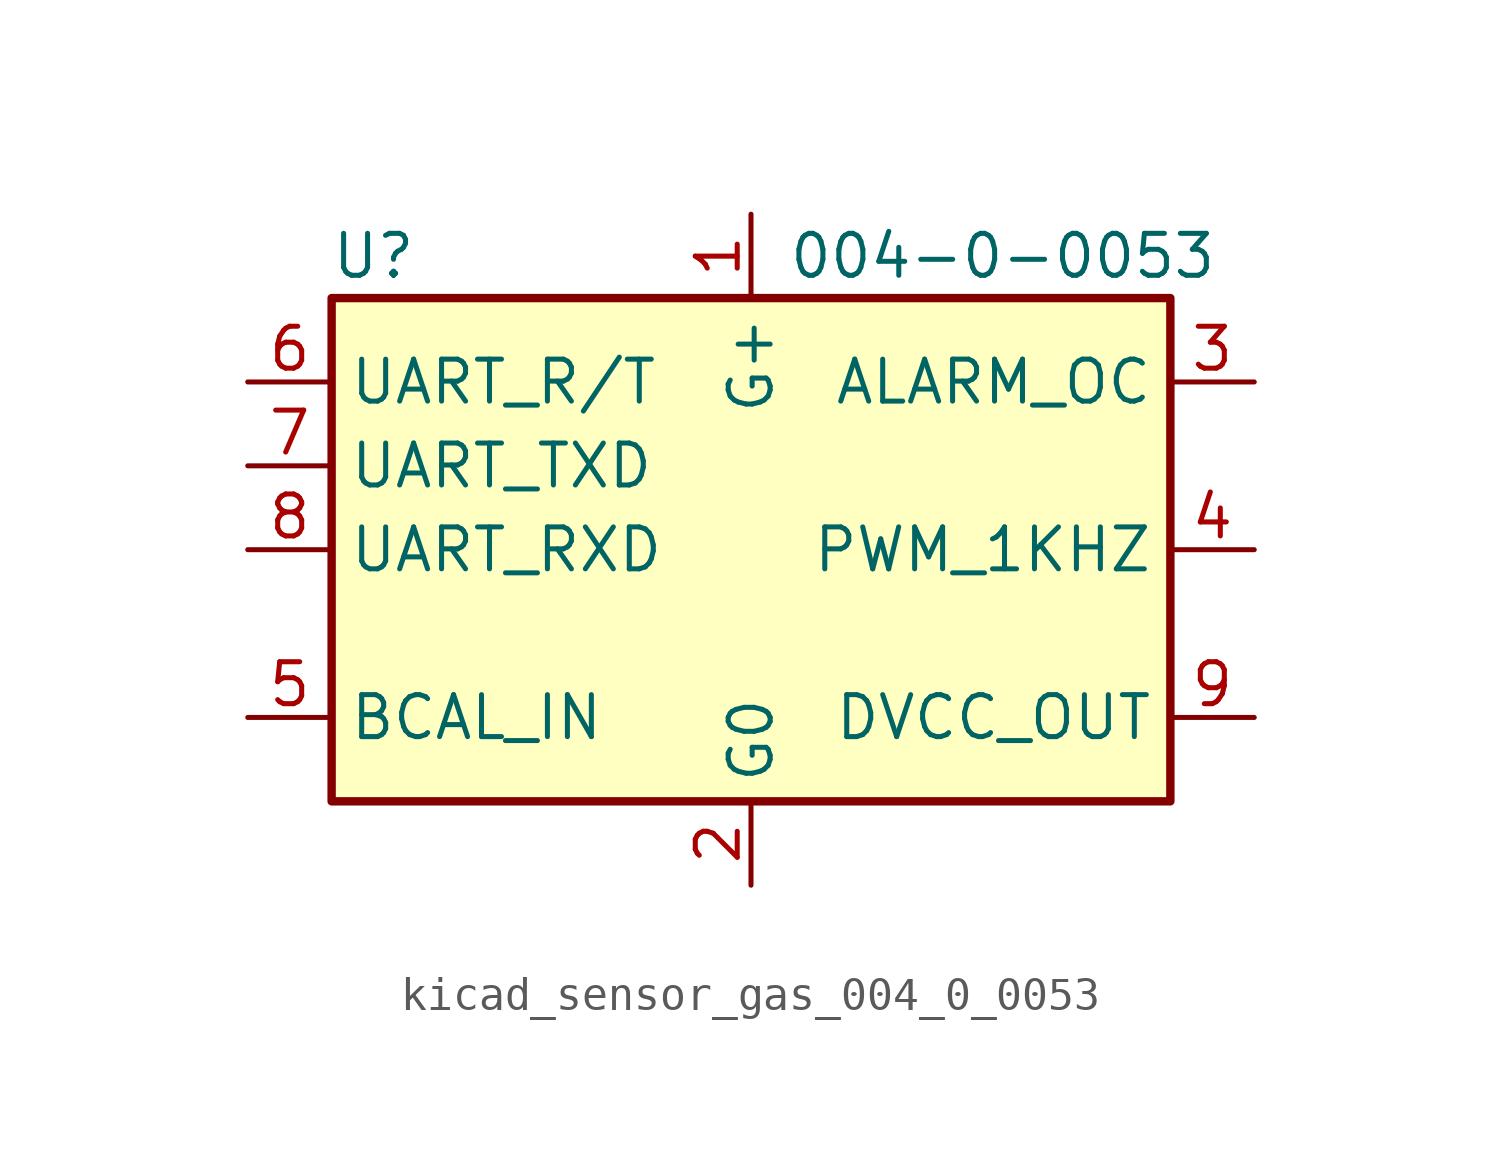
<source format=kicad_sym>
(kicad_symbol_lib
  (version 20220914)
  (generator kicad_symbol_editor)
  (symbol "kicad_sensor_gas_004_0_0053"
    (property "Reference" "U"
      (at -11.43 8.89 0)
      (effects (font (size 1.27 1.27))))
    (property "Value" "004-0-0053"
      (at 7.62 8.89 0)
      (effects (font (size 1.27 1.27))))
    (symbol "kicad_sensor_gas_004_0_0053_0_1"
      (rectangle (start -12.7 7.62) (end 12.7 -7.62) (stroke (width 0.254) (type default)) (fill (type background))))
    (symbol "kicad_sensor_gas_004_0_0053_1_1"
      (pin power_in line (at 0 10.16 270) (length 2.54) (name "G+" (effects (font (size 1.27 1.27)))) (number "1" (effects (font (size 1.27 1.27)))))
      (pin power_in line (at 0 -10.16 90) (length 2.54) (name "G0" (effects (font (size 1.27 1.27)))) (number "2" (effects (font (size 1.27 1.27)))))
      (pin open_collector line (at 15.24 5.08 180) (length 2.54) (name "ALARM_OC" (effects (font (size 1.27 1.27)))) (number "3" (effects (font (size 1.27 1.27)))))
      (pin output line (at 15.24 0 180) (length 2.54) (name "PWM_1KHZ" (effects (font (size 1.27 1.27)))) (number "4" (effects (font (size 1.27 1.27)))))
      (pin input line (at -15.24 -5.08 0) (length 2.54) (name "BCAL_IN" (effects (font (size 1.27 1.27)))) (number "5" (effects (font (size 1.27 1.27)))))
      (pin output line (at -15.24 5.08 0) (length 2.54) (name "UART_R/T" (effects (font (size 1.27 1.27)))) (number "6" (effects (font (size 1.27 1.27)))))
      (pin output line (at -15.24 2.54 0) (length 2.54) (name "UART_TXD" (effects (font (size 1.27 1.27)))) (number "7" (effects (font (size 1.27 1.27)))))
      (pin input line (at -15.24 0 0) (length 2.54) (name "UART_RXD" (effects (font (size 1.27 1.27)))) (number "8" (effects (font (size 1.27 1.27)))))
      (pin power_out line (at 15.24 -5.08 180) (length 2.54) (name "DVCC_OUT" (effects (font (size 1.27 1.27)))) (number "9" (effects (font (size 1.27 1.27))))))))
</source>
